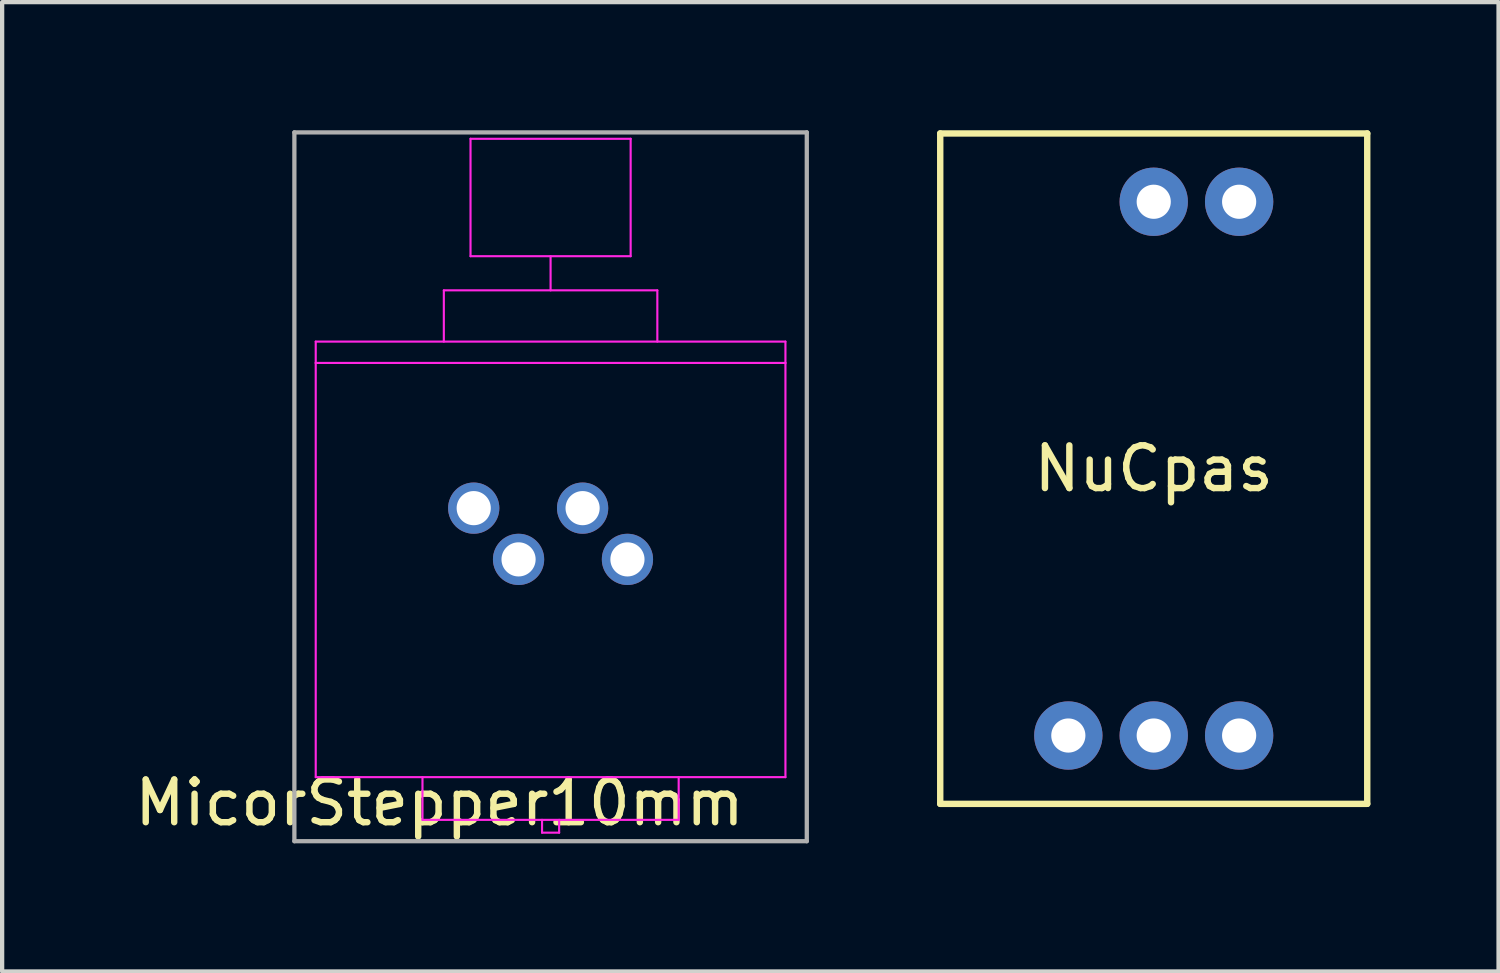
<source format=kicad_pcb>
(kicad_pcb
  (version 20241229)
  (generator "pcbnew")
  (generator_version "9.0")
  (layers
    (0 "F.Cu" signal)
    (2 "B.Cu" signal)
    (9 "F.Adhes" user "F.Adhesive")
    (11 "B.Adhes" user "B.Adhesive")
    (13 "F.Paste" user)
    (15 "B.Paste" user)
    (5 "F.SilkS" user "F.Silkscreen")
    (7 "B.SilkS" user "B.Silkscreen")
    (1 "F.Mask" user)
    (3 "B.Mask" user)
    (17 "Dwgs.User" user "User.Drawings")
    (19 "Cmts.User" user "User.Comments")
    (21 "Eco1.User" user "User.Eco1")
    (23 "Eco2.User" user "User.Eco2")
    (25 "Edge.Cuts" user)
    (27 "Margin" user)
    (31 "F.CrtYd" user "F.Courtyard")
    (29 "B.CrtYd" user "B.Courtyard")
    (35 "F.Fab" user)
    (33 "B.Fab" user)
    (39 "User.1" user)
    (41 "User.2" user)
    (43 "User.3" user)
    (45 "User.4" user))
  (footprint "MicorStepper10mm"
    (layer "F.Cu")
    (at 9.844 9.45)
    (property "Reference" "MicorStepper10mm" (at -2.6 6.3 0) (layer "F.SilkS") (effects (font (size 1 1) (thickness 0.15))))
    (attr through_hole)
    (fp_line (start -5.5 -4.5) (end -5.5 -4) (stroke (width 0.05) (type solid)) (layer "F.CrtYd"))
    (fp_line (start -5.5 -4) (end -5.5 5.7) (stroke (width 0.05) (type solid)) (layer "F.CrtYd"))
    (fp_line (start -5.5 -4) (end 5.5 -4) (stroke (width 0.05) (type solid)) (layer "F.CrtYd"))
    (fp_line (start -5.5 5.7) (end 5.5 5.7) (stroke (width 0.05) (type solid)) (layer "F.CrtYd"))
    (fp_line (start -3 5.7) (end -3 6.7) (stroke (width 0.05) (type solid)) (layer "F.CrtYd"))
    (fp_line (start -3 6.7) (end 3 6.7) (stroke (width 0.05) (type solid)) (layer "F.CrtYd"))
    (fp_line (start -2.5 -5.7) (end 2.5 -5.7) (stroke (width 0.05) (type solid)) (layer "F.CrtYd"))
    (fp_line (start -2.5 -4.5) (end -2.5 -5.7) (stroke (width 0.05) (type solid)) (layer "F.CrtYd"))
    (fp_line (start -1.875 -9.25) (end -1.875 -6.5) (stroke (width 0.05) (type solid)) (layer "F.CrtYd"))
    (fp_line (start -1.875 -6.5) (end 1.875 -6.5) (stroke (width 0.05) (type solid)) (layer "F.CrtYd"))
    (fp_line (start -0.2 6.7) (end -0.2 7) (stroke (width 0.05) (type solid)) (layer "F.CrtYd"))
    (fp_line (start -0.2 7) (end 0.2 7) (stroke (width 0.05) (type solid)) (layer "F.CrtYd"))
    (fp_line (start 0 -5.7) (end 0 -6.5) (stroke (width 0.05) (type solid)) (layer "F.CrtYd"))
    (fp_line (start 0.2 7) (end 0.2 6.7) (stroke (width 0.05) (type solid)) (layer "F.CrtYd"))
    (fp_line (start 1.875 -9.25) (end -1.875 -9.25) (stroke (width 0.05) (type solid)) (layer "F.CrtYd"))
    (fp_line (start 1.875 -6.5) (end 1.875 -9.25) (stroke (width 0.05) (type solid)) (layer "F.CrtYd"))
    (fp_line (start 2.5 -5.7) (end 2.5 -4.5) (stroke (width 0.05) (type solid)) (layer "F.CrtYd"))
    (fp_line (start 3 6.7) (end 3 5.7) (stroke (width 0.05) (type solid)) (layer "F.CrtYd"))
    (fp_line (start 5.5 -4.5) (end -5.5 -4.5) (stroke (width 0.05) (type solid)) (layer "F.CrtYd"))
    (fp_line (start 5.5 -4) (end 5.5 -4.5) (stroke (width 0.05) (type solid)) (layer "F.CrtYd"))
    (fp_line (start 5.5 5.7) (end 5.5 -4) (stroke (width 0.05) (type solid)) (layer "F.CrtYd"))
    (fp_line (start -6 -9.4) (end -6 7.2) (stroke (width 0.1) (type solid)) (layer "F.Fab"))
    (fp_line (start -6 7.2) (end 6 7.2) (stroke (width 0.1) (type solid)) (layer "F.Fab"))
    (fp_line (start 6 -9.4) (end -6 -9.4) (stroke (width 0.1) (type solid)) (layer "F.Fab"))
    (fp_line (start 6 7.2) (end 6 -9.4) (stroke (width 0.1) (type solid)) (layer "F.Fab"))
    (pad "1" thru_hole oval (at -1.8 -0.6) (size 1.2 1.2) (drill 0.8) (layers "*.Cu" "*.Mask"))
    (pad "2" thru_hole oval (at 0.75 -0.6) (size 1.2 1.2) (drill 0.8) (layers "*.Cu" "*.Mask"))
    (pad "3" thru_hole oval (at -0.75 0.6) (size 1.2 1.2) (drill 0.8) (layers "*.Cu" "*.Mask"))
    (pad "4" thru_hole oval (at 1.8 0.6) (size 1.2 1.2) (drill 0.8) (layers "*.Cu" "*.Mask")))
  (footprint "NuCpas"
    (layer "F.Cu")
    (at 23.969 7.925)
    (property "Reference" "NuCpas" (at 0 0 0) (layer "F.SilkS") (effects (font (size 1 1) (thickness 0.15))))
    (attr through_hole)
    (fp_line (start -5 -7.85) (end 5 -7.85) (stroke (width 0.15) (type solid)) (layer "F.SilkS"))
    (fp_line (start -5 7.85) (end -5 -7.85) (stroke (width 0.15) (type solid)) (layer "F.SilkS"))
    (fp_line (start 5 -7.85) (end 5 7.85) (stroke (width 0.15) (type solid)) (layer "F.SilkS"))
    (fp_line (start 5 7.85) (end -5 7.85) (stroke (width 0.15) (type solid)) (layer "F.SilkS"))
    (pad "1" thru_hole circle (at -2 6.25) (size 1.6 1.6) (drill 0.8) (layers "*.Cu" "*.Mask"))
    (pad "2" thru_hole circle (at 0 6.25) (size 1.6 1.6) (drill 0.8) (layers "*.Cu" "*.Mask"))
    (pad "3" thru_hole circle (at 2 6.25) (size 1.6 1.6) (drill 0.8) (layers "*.Cu" "*.Mask"))
    (pad "4" thru_hole circle (at 2 -6.25) (size 1.6 1.6) (drill 0.8) (layers "*.Cu" "*.Mask"))
    (pad "5" thru_hole circle (at 0 -6.25) (size 1.6 1.6) (drill 0.8) (layers "*.Cu" "*.Mask")))
  (gr_rect
    (start -3 -3)
    (end 32.044 19.7)
    (stroke (width 0.1) (type default))
    (fill no)
    (layer "Edge.Cuts")))
</source>
